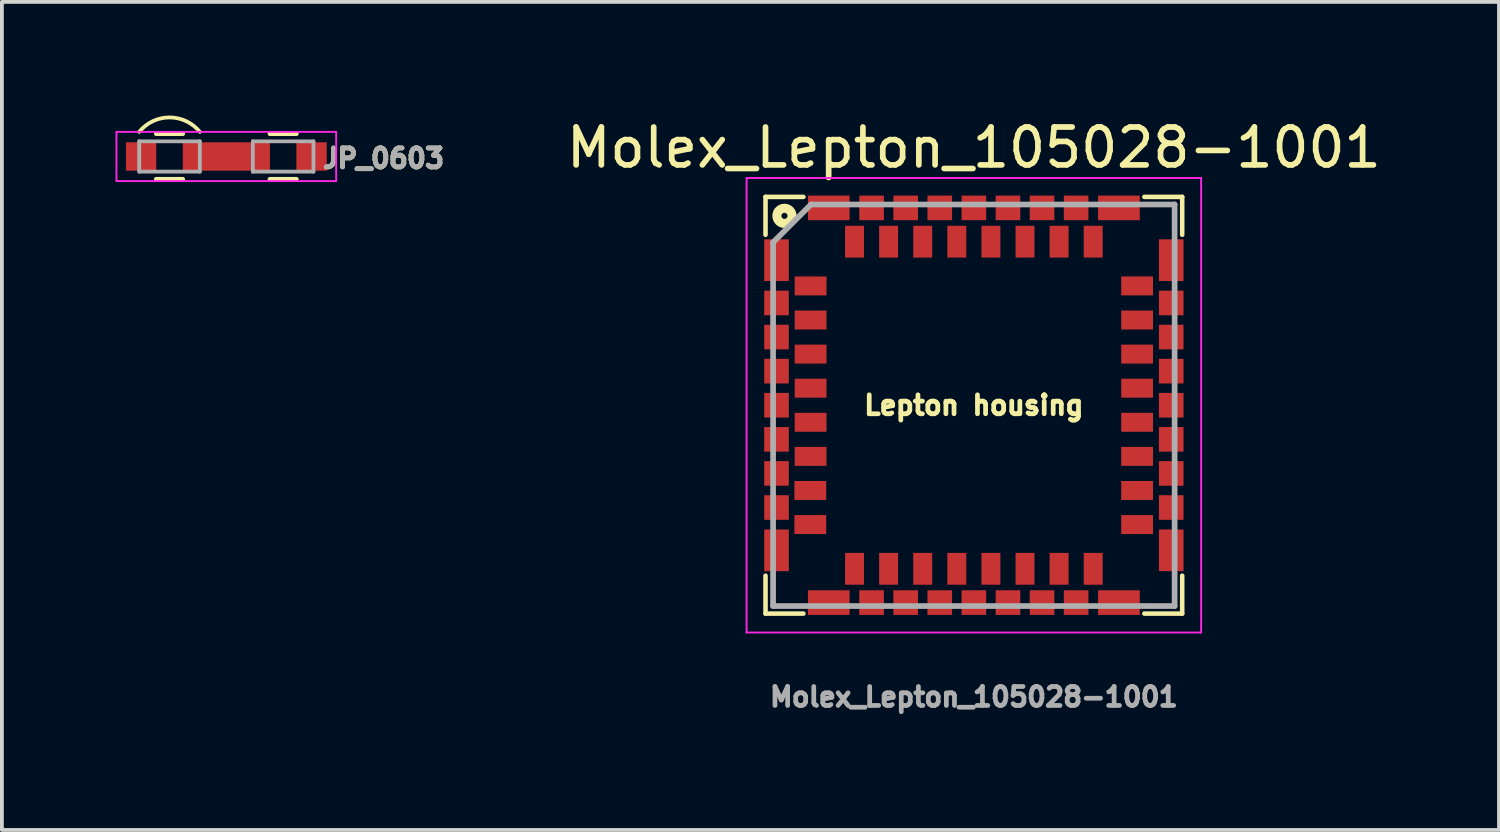
<source format=kicad_pcb>
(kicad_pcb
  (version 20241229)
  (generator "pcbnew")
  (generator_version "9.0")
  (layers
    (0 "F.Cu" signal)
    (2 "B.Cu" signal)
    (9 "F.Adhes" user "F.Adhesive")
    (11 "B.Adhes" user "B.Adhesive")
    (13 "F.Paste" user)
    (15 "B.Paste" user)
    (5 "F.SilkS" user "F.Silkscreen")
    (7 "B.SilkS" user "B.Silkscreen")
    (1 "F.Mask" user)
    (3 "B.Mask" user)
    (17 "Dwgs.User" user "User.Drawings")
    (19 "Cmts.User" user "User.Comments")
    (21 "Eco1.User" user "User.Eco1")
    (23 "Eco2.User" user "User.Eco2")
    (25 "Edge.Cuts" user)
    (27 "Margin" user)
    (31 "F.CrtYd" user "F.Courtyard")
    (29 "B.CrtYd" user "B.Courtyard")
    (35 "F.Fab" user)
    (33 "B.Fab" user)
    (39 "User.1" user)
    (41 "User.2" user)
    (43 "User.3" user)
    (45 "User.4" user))
  (footprint "JP_0603"
    (layer "F.Cu")
    (at 1.425 1.081)
    (property "Reference" "JP_0603" (at 5.65 0.05 0) (layer "F.SilkS") (effects (font (size 0.5 0.5) (thickness 0.125))))
    (attr smd)
    (fp_line (start -0.35 -0.6) (end 0.35 -0.6) (stroke (width 0.12) (type solid)) (layer "F.SilkS"))
    (fp_line (start 0.35 0.6) (end -0.35 0.6) (stroke (width 0.12) (type solid)) (layer "F.SilkS"))
    (fp_line (start 2.65 -0.6) (end 3.35 -0.6) (stroke (width 0.12) (type solid)) (layer "F.SilkS"))
    (fp_line (start 3.35 0.6) (end 2.65 0.6) (stroke (width 0.12) (type solid)) (layer "F.SilkS"))
    (fp_arc (start -0.8 -0.65) (mid -0.00011 -1.030776) (end 0.799861 -0.650171) (stroke (width 0.1) (type solid)) (layer "F.SilkS"))
    (fp_line (start -1.4 -0.65) (end -1.4 0.65) (stroke (width 0.05) (type solid)) (layer "F.CrtYd"))
    (fp_line (start -1.4 -0.65) (end 4.4 -0.65) (stroke (width 0.05) (type solid)) (layer "F.CrtYd"))
    (fp_line (start 4.4 0.65) (end -1.4 0.65) (stroke (width 0.05) (type solid)) (layer "F.CrtYd"))
    (fp_line (start 4.4 0.65) (end 4.4 -0.65) (stroke (width 0.05) (type solid)) (layer "F.CrtYd"))
    (fp_line (start -0.8 -0.4) (end 0.8 -0.4) (stroke (width 0.1) (type solid)) (layer "F.Fab"))
    (fp_line (start -0.8 0.4) (end -0.8 -0.4) (stroke (width 0.1) (type solid)) (layer "F.Fab"))
    (fp_line (start 0.8 -0.4) (end 0.8 0.4) (stroke (width 0.1) (type solid)) (layer "F.Fab"))
    (fp_line (start 0.8 0.4) (end -0.8 0.4) (stroke (width 0.1) (type solid)) (layer "F.Fab"))
    (fp_line (start 2.2 -0.4) (end 3.8 -0.4) (stroke (width 0.1) (type solid)) (layer "F.Fab"))
    (fp_line (start 2.2 0.4) (end 2.2 -0.4) (stroke (width 0.1) (type solid)) (layer "F.Fab"))
    (fp_line (start 3.8 -0.4) (end 3.8 0.4) (stroke (width 0.1) (type solid)) (layer "F.Fab"))
    (fp_line (start 3.8 0.4) (end 2.2 0.4) (stroke (width 0.1) (type solid)) (layer "F.Fab"))
    (fp_text user "${REFERENCE}" (at 5.65 0.05 0) (layer "F.Fab") (effects (font (size 0.5 0.5) (thickness 0.125))))
    (pad "1" smd rect (at -0.75 0) (size 0.8 0.75) (layers "F.Cu" "F.Mask" "F.Paste"))
    (pad "2" smd rect (at 1.5 0) (size 2.3 0.75) (layers "F.Cu" "F.Mask" "F.Paste"))
    (pad "3" smd rect (at 3.75 0) (size 0.8 0.75) (layers "F.Cu" "F.Mask" "F.Paste")))
  (footprint "Molex_Lepton_105028-1001"
    (layer "F.Cu")
    (at 22.659 7.648)
    (property "Reference" "Molex_Lepton_105028-1001" (at 0 -6.8 0) (layer "F.SilkS") (effects (font (size 1 1) (thickness 0.15))))
    (attr smd)
    (fp_line (start -5.5 -5.5) (end -4.5 -5.5) (stroke (width 0.12) (type solid)) (layer "F.SilkS"))
    (fp_line (start -5.5 -4.5) (end -5.5 -5.5) (stroke (width 0.12) (type solid)) (layer "F.SilkS"))
    (fp_line (start -5.5 5.5) (end -5.5 4.5) (stroke (width 0.12) (type solid)) (layer "F.SilkS"))
    (fp_line (start -4.5 5.5) (end -5.5 5.5) (stroke (width 0.12) (type solid)) (layer "F.SilkS"))
    (fp_line (start 4.5 -5.5) (end 5.5 -5.5) (stroke (width 0.12) (type solid)) (layer "F.SilkS"))
    (fp_line (start 5.5 -5.5) (end 5.5 -4.5) (stroke (width 0.12) (type solid)) (layer "F.SilkS"))
    (fp_line (start 5.5 4.5) (end 5.5 5.5) (stroke (width 0.12) (type solid)) (layer "F.SilkS"))
    (fp_line (start 5.5 5.5) (end 4.5 5.5) (stroke (width 0.12) (type solid)) (layer "F.SilkS"))
    (fp_circle (center -5 -5) (end -5 -4.8) (stroke (width 0.24) (type solid)) (fill no) (layer "F.SilkS"))
    (fp_line (start -6 -6) (end -6 6) (stroke (width 0.05) (type solid)) (layer "F.CrtYd"))
    (fp_line (start -6 6) (end 6 6) (stroke (width 0.05) (type solid)) (layer "F.CrtYd"))
    (fp_line (start 6 -6) (end -6 -6) (stroke (width 0.05) (type solid)) (layer "F.CrtYd"))
    (fp_line (start 6 6) (end 6 -6) (stroke (width 0.05) (type solid)) (layer "F.CrtYd"))
    (fp_line (start -5.3 -4.3) (end -4.3 -5.3) (stroke (width 0.15) (type solid)) (layer "F.Fab"))
    (fp_line (start -5.3 5.3) (end -5.3 -4.3) (stroke (width 0.15) (type solid)) (layer "F.Fab"))
    (fp_line (start -4.3 -5.3) (end 5.3 -5.3) (stroke (width 0.15) (type solid)) (layer "F.Fab"))
    (fp_line (start 5.3 -5.3) (end 5.3 5.3) (stroke (width 0.15) (type solid)) (layer "F.Fab"))
    (fp_line (start 5.3 5.3) (end -5.3 5.3) (stroke (width 0.15) (type solid)) (layer "F.Fab"))
    (fp_text user "Lepton housing" (at 0 0 0) (layer "F.SilkS") (effects (font (size 0.5 0.5) (thickness 0.125))))
    (fp_text user "${REFERENCE}" (at 0 7.7 0) (layer "F.Fab") (effects (font (size 0.5 0.5) (thickness 0.125))))
    (pad "1" smd rect (at -4.31 -3.15) (size 0.84 0.5) (layers "F.Cu" "F.Mask" "F.Paste"))
    (pad "2" smd rect (at -4.31 -2.25 180) (size 0.84 0.5) (layers "F.Cu" "F.Mask" "F.Paste"))
    (pad "3" smd rect (at -4.31 -1.35) (size 0.84 0.5) (layers "F.Cu" "F.Mask" "F.Paste"))
    (pad "4" smd rect (at -4.31 -0.45) (size 0.84 0.5) (layers "F.Cu" "F.Mask" "F.Paste"))
    (pad "5" smd rect (at -4.31 0.45) (size 0.84 0.5) (layers "F.Cu" "F.Mask" "F.Paste"))
    (pad "6" smd rect (at -4.31 1.35) (size 0.84 0.5) (layers "F.Cu" "F.Mask" "F.Paste"))
    (pad "7" smd rect (at -4.318 2.25) (size 0.84 0.5) (layers "F.Cu" "F.Mask" "F.Paste"))
    (pad "8" smd rect (at -4.318 3.15) (size 0.84 0.5) (layers "F.Cu" "F.Mask" "F.Paste"))
    (pad "9" smd rect (at -3.15 4.318) (size 0.5 0.84) (layers "F.Cu" "F.Mask" "F.Paste"))
    (pad "10" smd rect (at -2.25 4.318) (size 0.5 0.84) (layers "F.Cu" "F.Mask" "F.Paste"))
    (pad "11" smd rect (at -1.35 4.318) (size 0.5 0.84) (layers "F.Cu" "F.Mask" "F.Paste"))
    (pad "12" smd rect (at -0.45 4.318) (size 0.5 0.84) (layers "F.Cu" "F.Mask" "F.Paste"))
    (pad "13" smd rect (at 0.45 4.318) (size 0.5 0.84) (layers "F.Cu" "F.Mask" "F.Paste"))
    (pad "14" smd rect (at 1.35 4.318) (size 0.5 0.84) (layers "F.Cu" "F.Mask" "F.Paste"))
    (pad "15" smd rect (at 2.25 4.318) (size 0.5 0.84) (layers "F.Cu" "F.Mask" "F.Paste"))
    (pad "16" smd rect (at 3.15 4.318) (size 0.5 0.84) (layers "F.Cu" "F.Mask" "F.Paste"))
    (pad "17" smd rect (at 4.31 3.15) (size 0.84 0.5) (layers "F.Cu" "F.Mask" "F.Paste"))
    (pad "18" smd rect (at 4.31 2.25) (size 0.84 0.5) (layers "F.Cu" "F.Mask" "F.Paste"))
    (pad "19" smd rect (at 4.31 1.35) (size 0.84 0.5) (layers "F.Cu" "F.Mask" "F.Paste"))
    (pad "20" smd rect (at 4.31 0.45) (size 0.84 0.5) (layers "F.Cu" "F.Mask" "F.Paste"))
    (pad "21" smd rect (at 4.31 -0.45) (size 0.84 0.5) (layers "F.Cu" "F.Mask" "F.Paste"))
    (pad "22" smd rect (at 4.31 -1.35) (size 0.84 0.5) (layers "F.Cu" "F.Mask" "F.Paste"))
    (pad "23" smd rect (at 4.31 -2.25) (size 0.84 0.5) (layers "F.Cu" "F.Mask" "F.Paste"))
    (pad "24" smd rect (at 4.31 -3.15) (size 0.84 0.5) (layers "F.Cu" "F.Mask" "F.Paste"))
    (pad "25" smd rect (at 3.15 -4.318) (size 0.5 0.84) (layers "F.Cu" "F.Mask" "F.Paste"))
    (pad "26" smd rect (at 2.25 -4.318) (size 0.5 0.84) (layers "F.Cu" "F.Mask" "F.Paste"))
    (pad "27" smd rect (at 1.35 -4.318) (size 0.5 0.84) (layers "F.Cu" "F.Mask" "F.Paste"))
    (pad "28" smd rect (at 0.45 -4.318) (size 0.5 0.84) (layers "F.Cu" "F.Mask" "F.Paste"))
    (pad "29" smd rect (at -0.45 -4.318) (size 0.5 0.84) (layers "F.Cu" "F.Mask" "F.Paste"))
    (pad "30" smd rect (at -1.35 -4.318) (size 0.5 0.84) (layers "F.Cu" "F.Mask" "F.Paste"))
    (pad "31" smd rect (at -2.25 -4.318) (size 0.5 0.84) (layers "F.Cu" "F.Mask" "F.Paste"))
    (pad "32" smd rect (at -3.15 -4.318) (size 0.5 0.84) (layers "F.Cu" "F.Mask" "F.Paste"))
    (pad "33" smd rect (at -5.21 -3.83) (size 0.65 1.1) (layers "F.Cu" "F.Mask" "F.Paste"))
    (pad "33" smd rect (at -5.21 -2.7) (size 0.65 0.65) (layers "F.Cu" "F.Mask" "F.Paste"))
    (pad "33" smd rect (at -5.21 -1.8) (size 0.65 0.65) (layers "F.Cu" "F.Mask" "F.Paste"))
    (pad "33" smd rect (at -5.21 -0.9) (size 0.65 0.65) (layers "F.Cu" "F.Mask" "F.Paste"))
    (pad "33" smd rect (at -5.21 0) (size 0.65 0.65) (layers "F.Cu" "F.Mask" "F.Paste"))
    (pad "33" smd rect (at -5.21 0.9) (size 0.65 0.65) (layers "F.Cu" "F.Mask" "F.Paste"))
    (pad "33" smd rect (at -5.21 1.8) (size 0.65 0.65) (layers "F.Cu" "F.Mask" "F.Paste"))
    (pad "33" smd rect (at -5.21 2.7) (size 0.65 0.65) (layers "F.Cu" "F.Mask" "F.Paste"))
    (pad "33" smd rect (at -5.21 3.83) (size 0.65 1.1) (layers "F.Cu" "F.Mask" "F.Paste"))
    (pad "33" smd rect (at -3.83 -5.21) (size 1.1 0.65) (layers "F.Cu" "F.Mask" "F.Paste"))
    (pad "33" smd rect (at -3.83 5.21) (size 1.1 0.65) (layers "F.Cu" "F.Mask" "F.Paste"))
    (pad "33" smd rect (at -2.7 -5.21) (size 0.65 0.65) (layers "F.Cu" "F.Mask" "F.Paste"))
    (pad "33" smd rect (at -2.7 5.21) (size 0.65 0.65) (layers "F.Cu" "F.Mask" "F.Paste"))
    (pad "33" smd rect (at -1.8 -5.21) (size 0.65 0.65) (layers "F.Cu" "F.Mask" "F.Paste"))
    (pad "33" smd rect (at -1.8 5.21) (size 0.65 0.65) (layers "F.Cu" "F.Mask" "F.Paste"))
    (pad "33" smd rect (at -0.9 -5.21) (size 0.65 0.65) (layers "F.Cu" "F.Mask" "F.Paste"))
    (pad "33" smd rect (at -0.9 5.21) (size 0.65 0.65) (layers "F.Cu" "F.Mask" "F.Paste"))
    (pad "33" smd rect (at 0 -5.21) (size 0.65 0.65) (layers "F.Cu" "F.Mask" "F.Paste"))
    (pad "33" smd rect (at 0 5.21) (size 0.65 0.65) (layers "F.Cu" "F.Mask" "F.Paste"))
    (pad "33" smd rect (at 0.9 -5.21) (size 0.65 0.65) (layers "F.Cu" "F.Mask" "F.Paste"))
    (pad "33" smd rect (at 0.9 5.21) (size 0.65 0.65) (layers "F.Cu" "F.Mask" "F.Paste"))
    (pad "33" smd rect (at 1.8 -5.21) (size 0.65 0.65) (layers "F.Cu" "F.Mask" "F.Paste"))
    (pad "33" smd rect (at 1.8 5.21) (size 0.65 0.65) (layers "F.Cu" "F.Mask" "F.Paste"))
    (pad "33" smd rect (at 2.7 -5.21 90) (size 0.65 0.65) (layers "F.Cu" "F.Mask" "F.Paste"))
    (pad "33" smd rect (at 2.7 5.21) (size 0.65 0.65) (layers "F.Cu" "F.Mask" "F.Paste"))
    (pad "33" smd rect (at 3.83 -5.21) (size 1.1 0.65) (layers "F.Cu" "F.Mask" "F.Paste"))
    (pad "33" smd rect (at 3.83 5.21) (size 1.1 0.65) (layers "F.Cu" "F.Mask" "F.Paste"))
    (pad "33" smd rect (at 5.21 -3.83) (size 0.65 1.1) (layers "F.Cu" "F.Mask" "F.Paste"))
    (pad "33" smd rect (at 5.21 -2.7) (size 0.65 0.65) (layers "F.Cu" "F.Mask" "F.Paste"))
    (pad "33" smd rect (at 5.21 -1.8) (size 0.65 0.65) (layers "F.Cu" "F.Mask" "F.Paste"))
    (pad "33" smd rect (at 5.21 -0.9) (size 0.65 0.65) (layers "F.Cu" "F.Mask" "F.Paste"))
    (pad "33" smd rect (at 5.21 0) (size 0.65 0.65) (layers "F.Cu" "F.Mask" "F.Paste"))
    (pad "33" smd rect (at 5.21 0.9) (size 0.65 0.65) (layers "F.Cu" "F.Mask" "F.Paste"))
    (pad "33" smd rect (at 5.21 1.8) (size 0.65 0.65) (layers "F.Cu" "F.Mask" "F.Paste"))
    (pad "33" smd rect (at 5.21 2.7) (size 0.65 0.65) (layers "F.Cu" "F.Mask" "F.Paste"))
    (pad "33" smd rect (at 5.21 3.83) (size 0.65 1.1) (layers "F.Cu" "F.Mask" "F.Paste")))
  (gr_rect
    (start -3 -3)
    (end 36.522 18.86)
    (stroke (width 0.1) (type default))
    (fill no)
    (layer "Edge.Cuts")))
</source>
